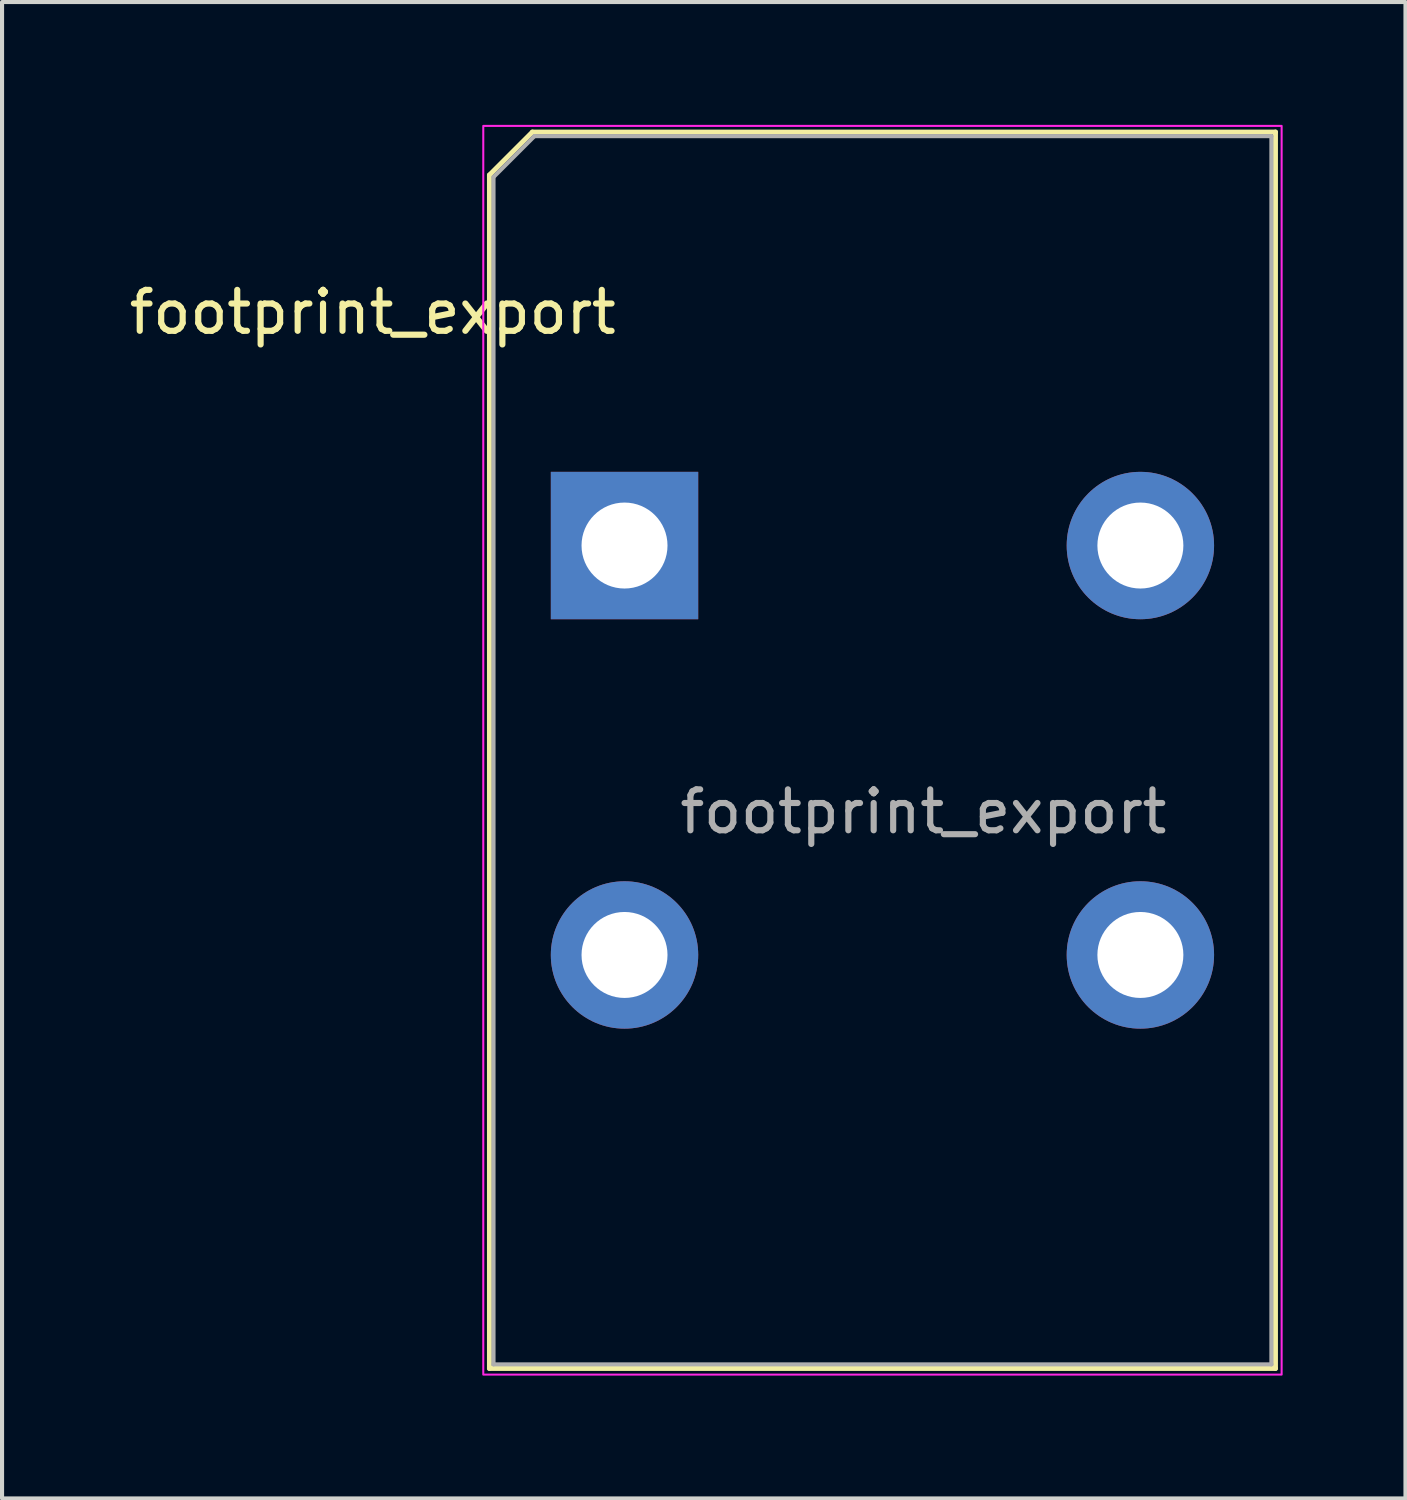
<source format=kicad_pcb>
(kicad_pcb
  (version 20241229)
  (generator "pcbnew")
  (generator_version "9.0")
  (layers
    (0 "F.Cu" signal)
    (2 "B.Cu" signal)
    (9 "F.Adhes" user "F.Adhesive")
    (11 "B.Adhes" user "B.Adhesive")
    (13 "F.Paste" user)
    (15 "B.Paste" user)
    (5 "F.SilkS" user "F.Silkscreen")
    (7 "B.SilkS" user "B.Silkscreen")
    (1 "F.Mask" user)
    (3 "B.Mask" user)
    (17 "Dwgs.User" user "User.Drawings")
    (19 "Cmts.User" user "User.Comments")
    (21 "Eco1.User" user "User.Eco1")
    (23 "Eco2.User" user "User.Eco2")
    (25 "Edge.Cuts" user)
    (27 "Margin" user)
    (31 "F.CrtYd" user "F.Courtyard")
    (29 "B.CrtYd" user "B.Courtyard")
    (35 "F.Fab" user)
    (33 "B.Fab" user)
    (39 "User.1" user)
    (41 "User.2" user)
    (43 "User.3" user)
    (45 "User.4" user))
  (footprint "footprint_export"
    (layer "F.Cu")
    (at 12.204 10.275)
    (property "Reference" "footprint_export" (at -6.15 -5.7 0) (unlocked yes) (layer "F.SilkS") (effects (font (size 1 1) (thickness 0.15))))
    (attr through_hole)
    (fp_line (start -3.3 -9.05) (end -3.3 20.1) (stroke (width 0.12) (type solid)) (layer "F.SilkS"))
    (fp_line (start -3.3 20.1) (end 15.9 20.1) (stroke (width 0.12) (type solid)) (layer "F.SilkS"))
    (fp_line (start -2.25 -10.1) (end -3.3 -9.05) (stroke (width 0.12) (type solid)) (layer "F.SilkS"))
    (fp_line (start 15.9 -10.1) (end -2.25 -10.1) (stroke (width 0.12) (type solid)) (layer "F.SilkS"))
    (fp_line (start 15.9 20.1) (end 15.9 -10.1) (stroke (width 0.12) (type solid)) (layer "F.SilkS"))
    (fp_rect (start -3.45 -10.25) (end 16.05 20.25) (stroke (width 0.05) (type solid)) (fill no) (layer "F.CrtYd"))
    (fp_line (start -3.2 -9) (end -2.2 -10) (stroke (width 0.1) (type solid)) (layer "F.Fab"))
    (fp_line (start -3.2 20) (end -3.2 -9) (stroke (width 0.1) (type solid)) (layer "F.Fab"))
    (fp_line (start -2.2 -10) (end 15.8 -10) (stroke (width 0.1) (type solid)) (layer "F.Fab"))
    (fp_line (start 15.8 -10) (end 15.8 20) (stroke (width 0.1) (type solid)) (layer "F.Fab"))
    (fp_line (start 15.8 20) (end -3.2 20) (stroke (width 0.1) (type solid)) (layer "F.Fab"))
    (fp_text user "${REFERENCE}" (at 7.3 6.5 0) (unlocked yes) (layer "F.Fab") (effects (font (size 1 1) (thickness 0.15))))
    (pad "1" thru_hole rect (at 0 0) (size 3.6 3.6) (drill 2.1) (layers "*.Cu" "*.Mask"))
    (pad "2" thru_hole circle (at 0 10) (size 3.6 3.6) (drill 2.1) (layers "*.Cu" "*.Mask"))
    (pad "3" thru_hole circle (at 12.6 10) (size 3.6 3.6) (drill 2.1) (layers "*.Cu" "*.Mask"))
    (pad "4" thru_hole circle (at 12.6 0) (size 3.6 3.6) (drill 2.1) (layers "*.Cu" "*.Mask")))
  (gr_rect
    (start -3 -3)
    (end 31.279 33.55)
    (stroke (width 0.1) (type default))
    (fill no)
    (layer "Edge.Cuts")))
</source>
